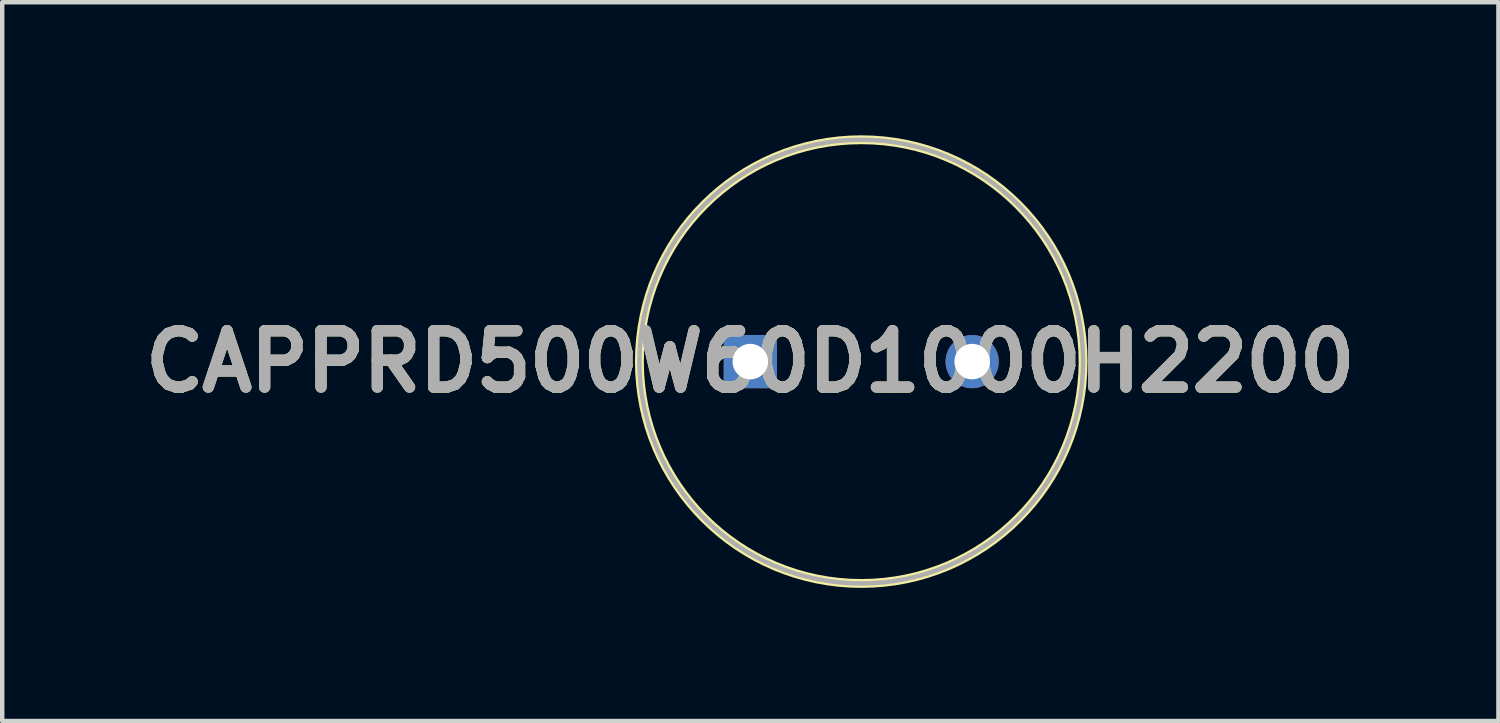
<source format=kicad_pcb>
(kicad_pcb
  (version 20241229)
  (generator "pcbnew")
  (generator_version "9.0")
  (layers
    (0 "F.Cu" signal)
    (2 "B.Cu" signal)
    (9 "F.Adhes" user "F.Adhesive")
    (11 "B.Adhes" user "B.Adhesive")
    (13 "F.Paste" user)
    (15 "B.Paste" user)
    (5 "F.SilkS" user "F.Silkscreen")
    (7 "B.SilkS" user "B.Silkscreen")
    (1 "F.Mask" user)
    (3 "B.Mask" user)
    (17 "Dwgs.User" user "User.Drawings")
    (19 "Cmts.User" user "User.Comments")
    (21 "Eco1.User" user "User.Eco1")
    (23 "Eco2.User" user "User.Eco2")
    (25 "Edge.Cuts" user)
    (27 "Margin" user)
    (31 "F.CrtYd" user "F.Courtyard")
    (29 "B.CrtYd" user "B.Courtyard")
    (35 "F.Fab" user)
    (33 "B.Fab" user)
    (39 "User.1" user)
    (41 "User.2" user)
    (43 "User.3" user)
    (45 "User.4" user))
  (footprint "CAPPRD500W60D1000H2200"
    (layer "F.Cu")
    (at 13.861 5.1)
    (property "Reference" "CAPPRD500W60D1000H2200" (at 0 0 0) (layer "F.SilkS") (effects (font (size 1.27 1.27) (thickness 0.254))))
    (attr through_hole)
    (fp_circle (center 2.5 0) (end 2.5 5) (stroke (width 0.2) (type solid)) (fill no) (layer "F.SilkS"))
    (fp_circle (center 2.5 0) (end 2.5 5) (stroke (width 0.1) (type solid)) (fill no) (layer "F.Fab"))
    (fp_text user "${REFERENCE}" (at 0 0 0) (layer "F.Fab") (effects (font (size 1.27 1.27) (thickness 0.254))))
    (pad "1" thru_hole rect (at 0 0) (size 1.2 1.2) (drill 0.8) (layers "*.Cu" "*.Mask"))
    (pad "2" thru_hole circle (at 5 0) (size 1.2 1.2) (drill 0.8) (layers "*.Cu" "*.Mask")))
  (gr_rect
    (start -3 -3)
    (end 30.722 13.2)
    (stroke (width 0.1) (type default))
    (fill no)
    (layer "Edge.Cuts")))
</source>
